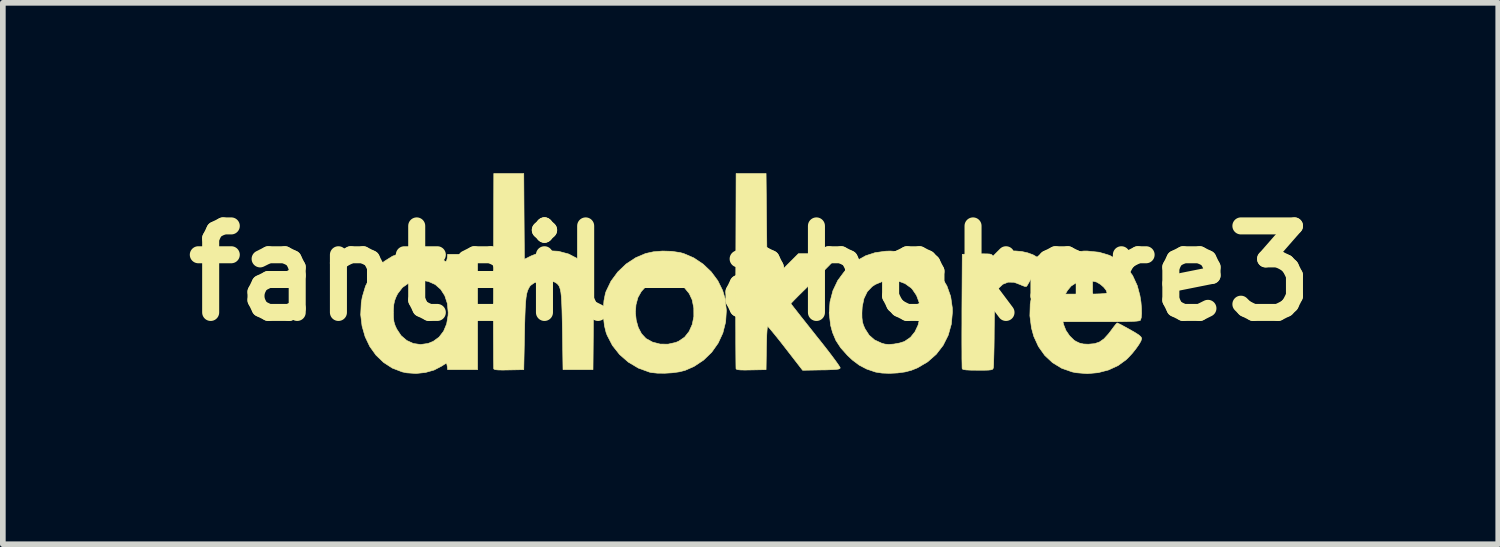
<source format=kicad_pcb>
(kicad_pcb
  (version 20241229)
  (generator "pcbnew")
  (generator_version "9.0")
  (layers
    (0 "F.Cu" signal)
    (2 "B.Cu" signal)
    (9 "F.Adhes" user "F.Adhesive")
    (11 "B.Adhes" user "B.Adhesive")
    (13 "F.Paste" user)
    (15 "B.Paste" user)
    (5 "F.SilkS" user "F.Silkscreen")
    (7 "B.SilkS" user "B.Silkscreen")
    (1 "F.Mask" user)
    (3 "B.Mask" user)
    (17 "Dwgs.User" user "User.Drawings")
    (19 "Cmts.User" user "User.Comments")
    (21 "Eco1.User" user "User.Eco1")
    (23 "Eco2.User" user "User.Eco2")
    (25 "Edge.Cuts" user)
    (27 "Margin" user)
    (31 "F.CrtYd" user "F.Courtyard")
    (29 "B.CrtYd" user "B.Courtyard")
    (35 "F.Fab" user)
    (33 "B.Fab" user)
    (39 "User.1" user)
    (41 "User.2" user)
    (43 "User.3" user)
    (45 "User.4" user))
  (footprint "fantail-ahokore3"
    (layer "F.Cu")
    (at 10.167 1.763)
    (property "Reference" "fantail-ahokore3" (at 0 0 0) (layer "F.SilkS") (effects (font (size 1.524 1.524) (thickness 0.3))))
    (attr through_hole)
    (fp_poly (pts (xy -3.988 -1.003) (xy -3.982 -0.247) (xy -3.866 -0.305) (xy -3.701 -0.37) (xy -3.542 -0.397) (xy -3.383 -0.388) (xy -3.379 -0.387) (xy -3.204 -0.34) (xy -3.059 -0.265) (xy -2.943 -0.162) (xy -2.857 -0.031) (xy -2.799 0.128) (xy -2.784 0.203) (xy -2.778 0.265) (xy -2.773 0.364) (xy -2.769 0.496) (xy -2.767 0.657) (xy -2.767 0.845) (xy -2.768 1.016) (xy -2.774 1.697) (xy -3.302 1.697) (xy -3.312 1.016) (xy -3.316 0.814) (xy -3.32 0.649) (xy -3.325 0.517) (xy -3.331 0.413) (xy -3.34 0.333) (xy -3.353 0.273) (xy -3.368 0.23) (xy -3.389 0.199) (xy -3.414 0.176) (xy -3.445 0.157) (xy -3.452 0.154) (xy -3.533 0.128) (xy -3.629 0.124) (xy -3.726 0.139) (xy -3.812 0.17) (xy -3.875 0.215) (xy -3.888 0.232) (xy -3.909 0.268) (xy -3.927 0.309) (xy -3.941 0.359) (xy -3.952 0.423) (xy -3.96 0.505) (xy -3.967 0.611) (xy -3.972 0.744) (xy -3.977 0.91) (xy -3.98 1.067) (xy -3.993 1.697) (xy -4.252 1.702) (xy -4.367 1.704) (xy -4.446 1.702) (xy -4.495 1.697) (xy -4.518 1.687) (xy -4.522 1.682) (xy -4.523 1.658) (xy -4.524 1.597) (xy -4.526 1.501) (xy -4.526 1.373) (xy -4.527 1.217) (xy -4.528 1.035) (xy -4.528 0.831) (xy -4.528 0.608) (xy -4.527 0.368) (xy -4.527 0.115) (xy -4.526 -0.051) (xy -4.521 -1.758) (xy -3.993 -1.758) (xy -3.988 -1.003)) (stroke (width 0.01) (type solid)) (fill yes) (layer "F.SilkS"))
    (fp_poly (pts (xy -1.386 -0.387) (xy -1.235 -0.364) (xy -1.177 -0.348) (xy -0.998 -0.271) (xy -0.835 -0.162) (xy -0.692 -0.026) (xy -0.576 0.13) (xy -0.491 0.302) (xy -0.449 0.443) (xy -0.425 0.653) (xy -0.438 0.857) (xy -0.487 1.051) (xy -0.57 1.23) (xy -0.684 1.391) (xy -0.827 1.529) (xy -0.996 1.641) (xy -1.154 1.71) (xy -1.253 1.735) (xy -1.376 1.752) (xy -1.509 1.76) (xy -1.637 1.759) (xy -1.745 1.748) (xy -1.778 1.741) (xy -1.974 1.67) (xy -2.151 1.565) (xy -2.305 1.431) (xy -2.431 1.272) (xy -2.525 1.091) (xy -2.544 1.04) (xy -2.573 0.92) (xy -2.589 0.778) (xy -2.591 0.69) (xy -2.027 0.69) (xy -2.013 0.826) (xy -1.977 0.954) (xy -1.919 1.065) (xy -1.84 1.149) (xy -1.725 1.212) (xy -1.592 1.246) (xy -1.453 1.248) (xy -1.317 1.218) (xy -1.265 1.196) (xy -1.161 1.125) (xy -1.081 1.024) (xy -1.026 0.901) (xy -0.998 0.762) (xy -0.999 0.611) (xy -1.028 0.466) (xy -1.079 0.357) (xy -1.158 0.26) (xy -1.255 0.184) (xy -1.348 0.143) (xy -1.489 0.122) (xy -1.628 0.137) (xy -1.757 0.183) (xy -1.868 0.26) (xy -1.923 0.32) (xy -1.983 0.427) (xy -2.017 0.554) (xy -2.027 0.69) (xy -2.591 0.69) (xy -2.592 0.627) (xy -2.581 0.482) (xy -2.556 0.357) (xy -2.544 0.32) (xy -2.457 0.139) (xy -2.337 -0.024) (xy -2.19 -0.164) (xy -2.021 -0.275) (xy -1.849 -0.348) (xy -1.709 -0.379) (xy -1.55 -0.392) (xy -1.386 -0.387)) (stroke (width 0.01) (type solid)) (fill yes) (layer "F.SilkS"))
    (fp_poly (pts (xy -5.806 -0.39) (xy -5.634 -0.35) (xy -5.525 -0.304) (xy -5.462 -0.27) (xy -5.415 -0.241) (xy -5.395 -0.224) (xy -5.371 -0.203) (xy -5.352 -0.22) (xy -5.34 -0.269) (xy -5.334 -0.335) (xy -4.806 -0.335) (xy -4.806 1.697) (xy -5.334 1.697) (xy -5.34 1.641) (xy -5.348 1.6) (xy -5.357 1.585) (xy -5.378 1.595) (xy -5.42 1.622) (xy -5.442 1.636) (xy -5.573 1.704) (xy -5.726 1.747) (xy -5.89 1.764) (xy -6.054 1.753) (xy -6.135 1.736) (xy -6.309 1.669) (xy -6.463 1.569) (xy -6.596 1.441) (xy -6.705 1.289) (xy -6.787 1.117) (xy -6.841 0.929) (xy -6.865 0.729) (xy -6.863 0.691) (xy -6.289 0.691) (xy -6.287 0.785) (xy -6.279 0.854) (xy -6.261 0.914) (xy -6.231 0.981) (xy -6.154 1.097) (xy -6.054 1.183) (xy -5.938 1.236) (xy -5.812 1.254) (xy -5.681 1.236) (xy -5.588 1.199) (xy -5.485 1.124) (xy -5.405 1.02) (xy -5.351 0.891) (xy -5.326 0.742) (xy -5.324 0.69) (xy -5.339 0.531) (xy -5.384 0.394) (xy -5.456 0.282) (xy -5.553 0.197) (xy -5.672 0.144) (xy -5.756 0.128) (xy -5.896 0.132) (xy -6.022 0.174) (xy -6.129 0.249) (xy -6.213 0.358) (xy -6.24 0.411) (xy -6.267 0.48) (xy -6.282 0.55) (xy -6.288 0.638) (xy -6.289 0.691) (xy -6.863 0.691) (xy -6.855 0.521) (xy -6.837 0.417) (xy -6.78 0.226) (xy -6.694 0.057) (xy -6.583 -0.089) (xy -6.452 -0.209) (xy -6.305 -0.301) (xy -6.146 -0.364) (xy -5.978 -0.394) (xy -5.806 -0.39)) (stroke (width 0.01) (type solid)) (fill yes) (layer "F.SilkS"))
    (fp_poly (pts (xy 2.663 -0.379) (xy 2.844 -0.336) (xy 3.008 -0.261) (xy 3.163 -0.15) (xy 3.215 -0.104) (xy 3.356 0.053) (xy 3.459 0.223) (xy 3.525 0.408) (xy 3.554 0.61) (xy 3.556 0.681) (xy 3.537 0.893) (xy 3.482 1.09) (xy 3.392 1.269) (xy 3.271 1.426) (xy 3.12 1.559) (xy 2.942 1.664) (xy 2.833 1.708) (xy 2.722 1.737) (xy 2.589 1.755) (xy 2.449 1.762) (xy 2.316 1.757) (xy 2.206 1.74) (xy 2.195 1.737) (xy 2.045 1.686) (xy 1.915 1.618) (xy 1.794 1.527) (xy 1.706 1.444) (xy 1.589 1.313) (xy 1.504 1.183) (xy 1.445 1.043) (xy 1.411 0.918) (xy 1.386 0.707) (xy 1.387 0.691) (xy 1.961 0.691) (xy 1.963 0.785) (xy 1.971 0.854) (xy 1.988 0.913) (xy 2.017 0.978) (xy 2.089 1.09) (xy 2.184 1.173) (xy 2.307 1.23) (xy 2.367 1.247) (xy 2.436 1.253) (xy 2.526 1.246) (xy 2.62 1.229) (xy 2.702 1.204) (xy 2.718 1.196) (xy 2.818 1.127) (xy 2.896 1.03) (xy 2.951 0.913) (xy 2.982 0.783) (xy 2.989 0.647) (xy 2.97 0.514) (xy 2.924 0.39) (xy 2.851 0.282) (xy 2.83 0.259) (xy 2.722 0.181) (xy 2.597 0.135) (xy 2.463 0.122) (xy 2.328 0.142) (xy 2.2 0.195) (xy 2.141 0.234) (xy 2.056 0.324) (xy 1.998 0.444) (xy 1.967 0.591) (xy 1.961 0.691) (xy 1.387 0.691) (xy 1.4 0.502) (xy 1.451 0.307) (xy 1.537 0.126) (xy 1.658 -0.037) (xy 1.811 -0.178) (xy 1.872 -0.222) (xy 2.028 -0.309) (xy 2.193 -0.363) (xy 2.377 -0.389) (xy 2.459 -0.392) (xy 2.663 -0.379)) (stroke (width 0.01) (type solid)) (fill yes) (layer "F.SilkS"))
    (fp_poly (pts (xy 4.775 -0.384) (xy 4.882 -0.36) (xy 4.977 -0.325) (xy 5.048 -0.284) (xy 5.068 -0.266) (xy 5.082 -0.248) (xy 5.086 -0.227) (xy 5.08 -0.197) (xy 5.061 -0.149) (xy 5.027 -0.078) (xy 4.99 -0.004) (xy 4.946 0.083) (xy 4.906 0.157) (xy 4.876 0.209) (xy 4.859 0.232) (xy 4.858 0.232) (xy 4.83 0.231) (xy 4.781 0.213) (xy 4.751 0.199) (xy 4.639 0.158) (xy 4.536 0.156) (xy 4.443 0.193) (xy 4.365 0.267) (xy 4.338 0.307) (xy 4.327 0.329) (xy 4.318 0.354) (xy 4.31 0.387) (xy 4.305 0.434) (xy 4.301 0.498) (xy 4.298 0.584) (xy 4.296 0.697) (xy 4.294 0.842) (xy 4.292 0.996) (xy 4.291 1.152) (xy 4.289 1.298) (xy 4.286 1.426) (xy 4.283 1.532) (xy 4.281 1.609) (xy 4.278 1.654) (xy 4.277 1.661) (xy 4.271 1.68) (xy 4.259 1.693) (xy 4.234 1.7) (xy 4.189 1.705) (xy 4.117 1.707) (xy 4.012 1.707) (xy 4.002 1.707) (xy 3.883 1.706) (xy 3.801 1.702) (xy 3.751 1.695) (xy 3.729 1.684) (xy 3.728 1.681) (xy 3.726 1.657) (xy 3.725 1.595) (xy 3.723 1.501) (xy 3.723 1.379) (xy 3.722 1.231) (xy 3.722 1.064) (xy 3.723 0.879) (xy 3.723 0.683) (xy 3.723 0.66) (xy 3.729 -0.335) (xy 3.987 -0.341) (xy 4.094 -0.343) (xy 4.168 -0.342) (xy 4.215 -0.339) (xy 4.243 -0.331) (xy 4.259 -0.318) (xy 4.266 -0.307) (xy 4.279 -0.287) (xy 4.297 -0.281) (xy 4.328 -0.29) (xy 4.382 -0.316) (xy 4.411 -0.331) (xy 4.491 -0.368) (xy 4.56 -0.387) (xy 4.638 -0.393) (xy 4.67 -0.393) (xy 4.775 -0.384)) (stroke (width 0.01) (type solid)) (fill yes) (layer "F.SilkS"))
    (fp_poly (pts (xy 0.284 -0.777) (xy 0.295 0.204) (xy 0.569 -0.071) (xy 0.843 -0.345) (xy 1.174 -0.345) (xy 1.298 -0.345) (xy 1.388 -0.343) (xy 1.449 -0.34) (xy 1.487 -0.334) (xy 1.508 -0.325) (xy 1.517 -0.313) (xy 1.518 -0.311) (xy 1.515 -0.293) (xy 1.495 -0.261) (xy 1.455 -0.214) (xy 1.394 -0.148) (xy 1.308 -0.061) (xy 1.196 0.05) (xy 1.121 0.123) (xy 1.015 0.227) (xy 0.919 0.321) (xy 0.837 0.402) (xy 0.773 0.467) (xy 0.73 0.512) (xy 0.712 0.532) (xy 0.711 0.533) (xy 0.723 0.551) (xy 0.758 0.596) (xy 0.813 0.666) (xy 0.884 0.757) (xy 0.969 0.864) (xy 1.065 0.985) (xy 1.148 1.09) (xy 1.251 1.219) (xy 1.345 1.339) (xy 1.427 1.446) (xy 1.494 1.536) (xy 1.544 1.606) (xy 1.573 1.651) (xy 1.58 1.666) (xy 1.572 1.678) (xy 1.548 1.687) (xy 1.504 1.693) (xy 1.434 1.697) (xy 1.332 1.701) (xy 1.246 1.702) (xy 0.918 1.708) (xy 0.618 1.321) (xy 0.534 1.213) (xy 0.457 1.117) (xy 0.392 1.037) (xy 0.342 0.977) (xy 0.311 0.942) (xy 0.302 0.935) (xy 0.296 0.954) (xy 0.291 1.008) (xy 0.286 1.089) (xy 0.283 1.193) (xy 0.28 1.312) (xy 0.28 1.316) (xy 0.274 1.697) (xy 0.015 1.702) (xy -0.1 1.704) (xy -0.179 1.702) (xy -0.227 1.697) (xy -0.251 1.687) (xy -0.255 1.682) (xy -0.256 1.658) (xy -0.257 1.597) (xy -0.258 1.501) (xy -0.259 1.373) (xy -0.26 1.217) (xy -0.26 1.035) (xy -0.261 0.831) (xy -0.26 0.608) (xy -0.26 0.368) (xy -0.26 0.115) (xy -0.259 -0.051) (xy -0.254 -1.758) (xy 0.274 -1.758) (xy 0.284 -0.777)) (stroke (width 0.01) (type solid)) (fill yes) (layer "F.SilkS"))
    (fp_poly (pts (xy 6.139 -0.371) (xy 6.323 -0.316) (xy 6.484 -0.229) (xy 6.62 -0.11) (xy 6.729 0.039) (xy 6.811 0.217) (xy 6.858 0.393) (xy 6.876 0.505) (xy 6.885 0.613) (xy 6.887 0.708) (xy 6.881 0.782) (xy 6.867 0.825) (xy 6.864 0.829) (xy 6.845 0.836) (xy 6.802 0.842) (xy 6.731 0.847) (xy 6.63 0.85) (xy 6.497 0.852) (xy 6.328 0.853) (xy 6.171 0.853) (xy 5.502 0.853) (xy 5.516 0.909) (xy 5.555 1.007) (xy 5.62 1.102) (xy 5.698 1.178) (xy 5.731 1.199) (xy 5.797 1.23) (xy 5.864 1.245) (xy 5.952 1.249) (xy 5.957 1.248) (xy 6.06 1.239) (xy 6.147 1.209) (xy 6.226 1.153) (xy 6.305 1.066) (xy 6.35 1.007) (xy 6.396 0.945) (xy 6.433 0.898) (xy 6.455 0.875) (xy 6.457 0.874) (xy 6.479 0.883) (xy 6.529 0.908) (xy 6.599 0.946) (xy 6.679 0.99) (xy 6.773 1.044) (xy 6.836 1.084) (xy 6.872 1.115) (xy 6.887 1.14) (xy 6.888 1.151) (xy 6.875 1.194) (xy 6.838 1.257) (xy 6.785 1.332) (xy 6.721 1.412) (xy 6.651 1.487) (xy 6.616 1.521) (xy 6.473 1.625) (xy 6.306 1.702) (xy 6.122 1.75) (xy 5.93 1.767) (xy 5.735 1.751) (xy 5.662 1.736) (xy 5.48 1.672) (xy 5.319 1.574) (xy 5.182 1.446) (xy 5.071 1.29) (xy 4.988 1.109) (xy 4.948 0.963) (xy 4.92 0.749) (xy 4.926 0.539) (xy 4.958 0.366) (xy 5.545 0.366) (xy 5.912 0.366) (xy 6.055 0.365) (xy 6.159 0.362) (xy 6.23 0.357) (xy 6.269 0.35) (xy 6.279 0.342) (xy 6.262 0.297) (xy 6.22 0.244) (xy 6.162 0.194) (xy 6.098 0.156) (xy 6.087 0.152) (xy 5.969 0.125) (xy 5.851 0.13) (xy 5.74 0.164) (xy 5.646 0.225) (xy 5.582 0.302) (xy 5.545 0.366) (xy 4.958 0.366) (xy 4.963 0.337) (xy 5.032 0.15) (xy 5.13 -0.016) (xy 5.222 -0.125) (xy 5.36 -0.24) (xy 5.51 -0.322) (xy 5.677 -0.372) (xy 5.868 -0.392) (xy 5.933 -0.392) (xy 6.139 -0.371)) (stroke (width 0.01) (type solid)) (fill yes) (layer "F.SilkS")))
  (gr_rect
    (start -3 -3)
    (end 23.335 6.534)
    (stroke (width 0.1) (type default))
    (fill no)
    (layer "Edge.Cuts")))
</source>
